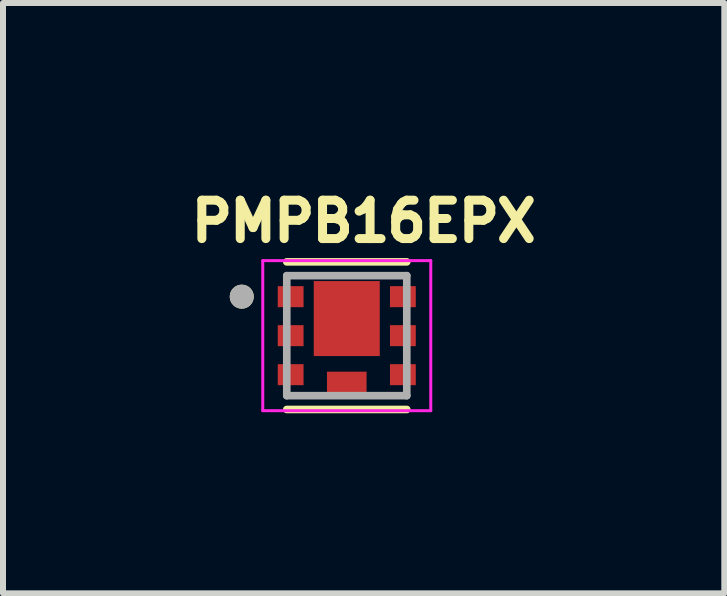
<source format=kicad_pcb>
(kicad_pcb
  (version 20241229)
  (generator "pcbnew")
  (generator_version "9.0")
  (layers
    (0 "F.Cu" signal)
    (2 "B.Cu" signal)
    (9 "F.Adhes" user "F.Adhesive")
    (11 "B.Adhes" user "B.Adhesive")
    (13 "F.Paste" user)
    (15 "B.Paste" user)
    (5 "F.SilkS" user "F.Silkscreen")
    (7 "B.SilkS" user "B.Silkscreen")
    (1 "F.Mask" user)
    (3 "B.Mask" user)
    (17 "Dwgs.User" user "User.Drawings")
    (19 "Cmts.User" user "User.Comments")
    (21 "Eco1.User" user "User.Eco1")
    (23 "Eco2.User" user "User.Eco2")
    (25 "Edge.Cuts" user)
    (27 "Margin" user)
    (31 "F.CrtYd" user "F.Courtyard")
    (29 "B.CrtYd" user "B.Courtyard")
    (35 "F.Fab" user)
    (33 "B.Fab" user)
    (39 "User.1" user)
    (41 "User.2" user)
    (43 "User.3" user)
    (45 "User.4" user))
  (footprint "PMPB16EPX"
    (layer "F.Cu")
    (at 2.729 2.544)
    (property "Reference" "PMPB16EPX" (at 0.282 -1.906 0) (layer "F.SilkS") (effects (font (size 0.64 0.64) (thickness 0.15))))
    (attr smd)
    (fp_poly (pts (xy -1.2 -0.875) (xy -0.67 -0.875) (xy -0.67 -0.425) (xy -1.2 -0.425)) (stroke (width 0.01) (type solid)) (fill yes) (layer "F.Mask"))
    (fp_poly (pts (xy -1.2 -0.225) (xy -0.67 -0.225) (xy -0.67 0.225) (xy -1.2 0.225)) (stroke (width 0.01) (type solid)) (fill yes) (layer "F.Mask"))
    (fp_poly (pts (xy -1.2 0.425) (xy -0.67 0.425) (xy -0.67 0.875) (xy -1.2 0.875)) (stroke (width 0.01) (type solid)) (fill yes) (layer "F.Mask"))
    (fp_poly (pts (xy -0.6 -0.96) (xy 0.6 -0.96) (xy 0.6 0.39) (xy -0.6 0.39)) (stroke (width 0.01) (type solid)) (fill yes) (layer "F.Mask"))
    (fp_poly (pts (xy -0.38 0.55) (xy 0.38 0.55) (xy 0.38 1) (xy -0.38 1)) (stroke (width 0.01) (type solid)) (fill yes) (layer "F.Mask"))
    (fp_poly (pts (xy 0.67 -0.875) (xy 1.2 -0.875) (xy 1.2 -0.425) (xy 0.67 -0.425)) (stroke (width 0.01) (type solid)) (fill yes) (layer "F.Mask"))
    (fp_poly (pts (xy 0.67 -0.225) (xy 1.2 -0.225) (xy 1.2 0.225) (xy 0.67 0.225)) (stroke (width 0.01) (type solid)) (fill yes) (layer "F.Mask"))
    (fp_poly (pts (xy 0.67 0.425) (xy 1.2 0.425) (xy 1.2 0.875) (xy 0.67 0.875)) (stroke (width 0.01) (type solid)) (fill yes) (layer "F.Mask"))
    (fp_line (start -1 -1.23) (end 1 -1.23) (stroke (width 0.127) (type solid)) (layer "F.SilkS"))
    (fp_line (start -1 1.23) (end 1 1.23) (stroke (width 0.127) (type solid)) (layer "F.SilkS"))
    (fp_circle (center -1.75 -0.65) (end -1.65 -0.65) (stroke (width 0.2) (type solid)) (fill no) (layer "F.SilkS"))
    (fp_poly (pts (xy -1.1 -0.775) (xy -0.77 -0.775) (xy -0.77 -0.525) (xy -1.1 -0.525)) (stroke (width 0.01) (type solid)) (fill yes) (layer "F.Paste"))
    (fp_poly (pts (xy -1.1 -0.125) (xy -0.77 -0.125) (xy -0.77 0.125) (xy -1.1 0.125)) (stroke (width 0.01) (type solid)) (fill yes) (layer "F.Paste"))
    (fp_poly (pts (xy -1.1 0.525) (xy -0.77 0.525) (xy -0.77 0.775) (xy -1.1 0.775)) (stroke (width 0.01) (type solid)) (fill yes) (layer "F.Paste"))
    (fp_poly (pts (xy -0.45 -0.81) (xy 0.45 -0.81) (xy 0.45 0.24) (xy -0.45 0.24)) (stroke (width 0.01) (type solid)) (fill yes) (layer "F.Paste"))
    (fp_poly (pts (xy -0.28 0.65) (xy 0.28 0.65) (xy 0.28 0.9) (xy -0.28 0.9)) (stroke (width 0.01) (type solid)) (fill yes) (layer "F.Paste"))
    (fp_poly (pts (xy 0.77 -0.775) (xy 1.1 -0.775) (xy 1.1 -0.525) (xy 0.77 -0.525)) (stroke (width 0.01) (type solid)) (fill yes) (layer "F.Paste"))
    (fp_poly (pts (xy 0.77 -0.125) (xy 1.1 -0.125) (xy 1.1 0.125) (xy 0.77 0.125)) (stroke (width 0.01) (type solid)) (fill yes) (layer "F.Paste"))
    (fp_poly (pts (xy 0.77 0.525) (xy 1.1 0.525) (xy 1.1 0.775) (xy 0.77 0.775)) (stroke (width 0.01) (type solid)) (fill yes) (layer "F.Paste"))
    (fp_line (start -1.4 -1.25) (end -1.4 1.25) (stroke (width 0.05) (type solid)) (layer "F.CrtYd"))
    (fp_line (start -1.4 1.25) (end 1.4 1.25) (stroke (width 0.05) (type solid)) (layer "F.CrtYd"))
    (fp_line (start 1.4 -1.25) (end -1.4 -1.25) (stroke (width 0.05) (type solid)) (layer "F.CrtYd"))
    (fp_line (start 1.4 1.25) (end 1.4 -1.25) (stroke (width 0.05) (type solid)) (layer "F.CrtYd"))
    (fp_line (start -1 -1) (end -1 1) (stroke (width 0.127) (type solid)) (layer "F.Fab"))
    (fp_line (start -1 1) (end 1 1) (stroke (width 0.127) (type solid)) (layer "F.Fab"))
    (fp_line (start 1 -1) (end -1 -1) (stroke (width 0.127) (type solid)) (layer "F.Fab"))
    (fp_line (start 1 1) (end 1 -1) (stroke (width 0.127) (type solid)) (layer "F.Fab"))
    (fp_circle (center -1.75 -0.65) (end -1.65 -0.65) (stroke (width 0.2) (type solid)) (fill no) (layer "F.Fab"))
    (pad "1" smd rect (at -0.935 -0.65) (size 0.43 0.35) (layers "F.Cu"))
    (pad "2" smd rect (at -0.935 0) (size 0.43 0.35) (layers "F.Cu"))
    (pad "3" smd rect (at -0.935 0.65) (size 0.43 0.35) (layers "F.Cu"))
    (pad "4" smd rect (at 0.935 0.65) (size 0.43 0.35) (layers "F.Cu"))
    (pad "5" smd rect (at 0.935 0) (size 0.43 0.35) (layers "F.Cu"))
    (pad "6" smd rect (at 0.935 -0.65) (size 0.43 0.35) (layers "F.Cu"))
    (pad "7" smd rect (at 0 -0.285) (size 1.1 1.25) (layers "F.Cu"))
    (pad "8" smd rect (at 0 0.775) (size 0.66 0.35) (layers "F.Cu")))
  (gr_rect
    (start -3 -3)
    (end 9.021 6.838)
    (stroke (width 0.1) (type default))
    (fill no)
    (layer "Edge.Cuts")))
</source>
